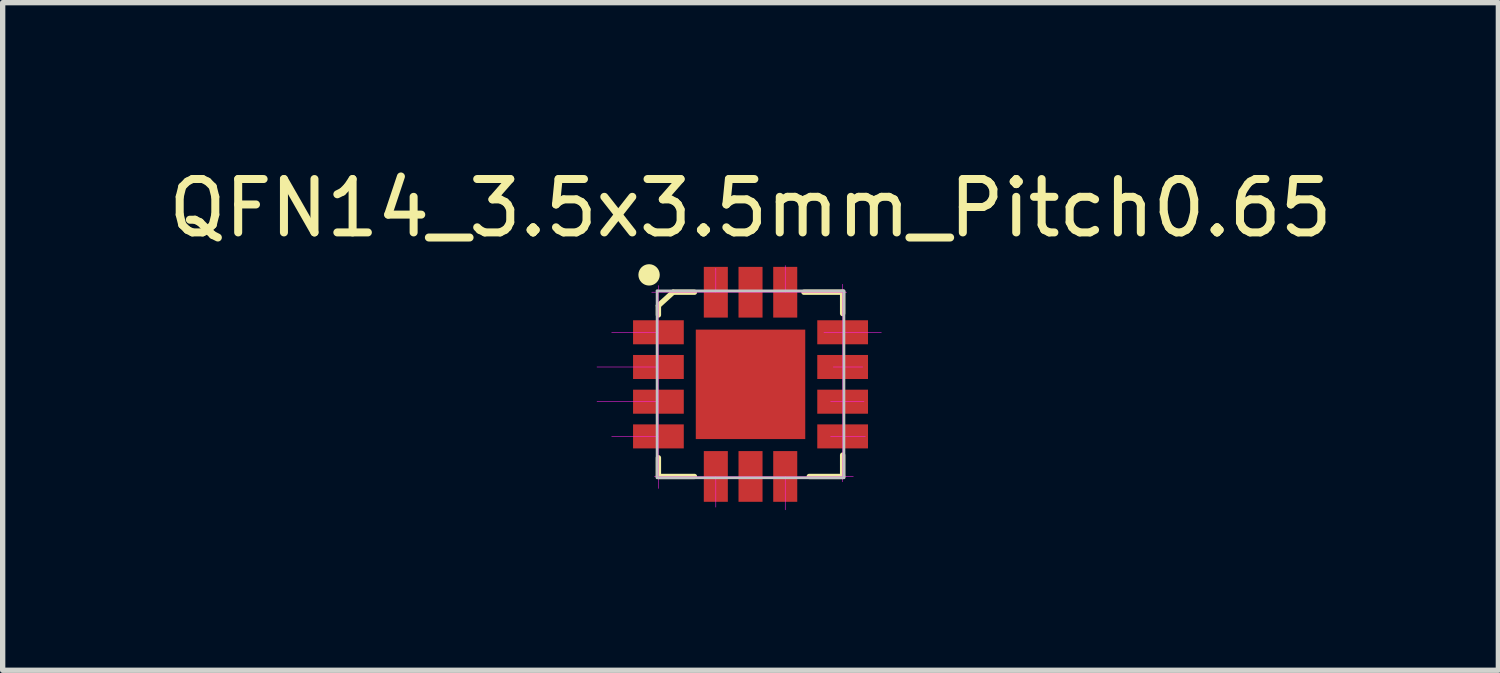
<source format=kicad_pcb>
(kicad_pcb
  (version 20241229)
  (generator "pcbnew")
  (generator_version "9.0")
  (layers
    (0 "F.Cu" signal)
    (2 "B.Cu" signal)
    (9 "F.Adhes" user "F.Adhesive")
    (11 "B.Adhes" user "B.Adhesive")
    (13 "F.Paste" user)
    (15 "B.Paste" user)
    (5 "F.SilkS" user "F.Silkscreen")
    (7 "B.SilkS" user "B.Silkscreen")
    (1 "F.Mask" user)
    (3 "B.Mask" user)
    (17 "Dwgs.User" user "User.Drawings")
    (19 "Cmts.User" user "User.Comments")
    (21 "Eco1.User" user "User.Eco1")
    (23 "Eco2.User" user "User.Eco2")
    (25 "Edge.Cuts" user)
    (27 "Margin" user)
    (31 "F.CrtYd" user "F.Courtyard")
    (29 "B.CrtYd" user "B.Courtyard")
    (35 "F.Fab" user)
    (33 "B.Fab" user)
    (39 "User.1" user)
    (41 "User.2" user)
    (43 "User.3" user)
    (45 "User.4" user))
  (footprint "QFN14_3.5x3.5mm_Pitch0.65"
    (layer "F.Cu")
    (at 11.006 4.148)
    (property "Reference" "QFN14_3.5x3.5mm_Pitch0.65" (at 0 -3.3 0) (layer "F.SilkS") (effects (font (size 1 1) (thickness 0.15))))
    (attr through_hole)
    (fp_line (start -1.725 -1.475) (end -1.45 -1.725) (stroke (width 0.1) (type solid)) (layer "F.SilkS"))
    (fp_line (start -1.725 -1.3) (end -1.725 -1.475) (stroke (width 0.1) (type solid)) (layer "F.SilkS"))
    (fp_line (start -1.725 1.375) (end -1.725 1.725) (stroke (width 0.1) (type solid)) (layer "F.SilkS"))
    (fp_line (start -1.725 1.725) (end -1.05 1.725) (stroke (width 0.1) (type solid)) (layer "F.SilkS"))
    (fp_line (start -1.45 -1.725) (end -1.05 -1.725) (stroke (width 0.1) (type solid)) (layer "F.SilkS"))
    (fp_line (start 1 -1.725) (end 1.725 -1.725) (stroke (width 0.1) (type solid)) (layer "F.SilkS"))
    (fp_line (start 1.1 1.725) (end 1.725 1.725) (stroke (width 0.1) (type solid)) (layer "F.SilkS"))
    (fp_line (start 1.725 -1.725) (end 1.725 -1.325) (stroke (width 0.1) (type solid)) (layer "F.SilkS"))
    (fp_line (start 1.725 1.725) (end 1.725 1.325) (stroke (width 0.1) (type solid)) (layer "F.SilkS"))
    (fp_circle (center -1.9 -2.05) (end -1.85 -2.05) (stroke (width 0.1) (type solid)) (fill no) (layer "F.SilkS"))
    (fp_circle (center -1.9 -2.05) (end -1.8 -2) (stroke (width 0.1) (type solid)) (fill no) (layer "F.SilkS"))
    (fp_circle (center -1.9 -2.05) (end -1.75 -2.05) (stroke (width 0.1) (type solid)) (fill no) (layer "F.SilkS"))
    (fp_line (start -1.75 -1.75) (end -1.75 1.75) (stroke (width 0.05) (type solid)) (layer "Dwgs.User"))
    (fp_line (start -1.75 1.75) (end 1.75 1.75) (stroke (width 0.05) (type solid)) (layer "Dwgs.User"))
    (fp_line (start 1.75 -1.75) (end -1.75 -1.75) (stroke (width 0.05) (type solid)) (layer "Dwgs.User"))
    (fp_line (start 1.75 1.75) (end 1.75 -1.75) (stroke (width 0.05) (type solid)) (layer "Dwgs.User"))
    (fp_line (start -1.85 -1.725) (end 1.8 -1.725) (stroke (width 0.01) (type solid)) (layer "F.CrtYd"))
    (fp_line (start -1.8 1.725) (end 1.925 1.725) (stroke (width 0.01) (type solid)) (layer "F.CrtYd"))
    (fp_line (start -1.725 -1.85) (end -1.725 1.95) (stroke (width 0.01) (type solid)) (layer "F.CrtYd"))
    (fp_line (start -1.725 -0.975) (end -2.6 -0.975) (stroke (width 0.01) (type solid)) (layer "F.CrtYd"))
    (fp_line (start -1.725 -0.325) (end -2.875 -0.325) (stroke (width 0.01) (type solid)) (layer "F.CrtYd"))
    (fp_line (start -1.725 0.325) (end -2.875 0.325) (stroke (width 0.01) (type solid)) (layer "F.CrtYd"))
    (fp_line (start -1.725 0.975) (end -2.6 0.975) (stroke (width 0.01) (type solid)) (layer "F.CrtYd"))
    (fp_line (start -0.65 -1.725) (end -0.65 -2.175) (stroke (width 0.01) (type solid)) (layer "F.CrtYd"))
    (fp_line (start -0.65 1.725) (end -0.65 2.3) (stroke (width 0.01) (type solid)) (layer "F.CrtYd"))
    (fp_line (start 0.65 -1.725) (end 0.65 -2.225) (stroke (width 0.01) (type solid)) (layer "F.CrtYd"))
    (fp_line (start 0.65 1.725) (end 0.65 2.35) (stroke (width 0.01) (type solid)) (layer "F.CrtYd"))
    (fp_line (start 1.375 -0.975) (end 2.45 -0.975) (stroke (width 0.01) (type solid)) (layer "F.CrtYd"))
    (fp_line (start 1.5 0.325) (end 2.125 0.325) (stroke (width 0.01) (type solid)) (layer "F.CrtYd"))
    (fp_line (start 1.5 0.975) (end 2.15 0.975) (stroke (width 0.01) (type solid)) (layer "F.CrtYd"))
    (fp_line (start 1.55 -0.325) (end 2.1 -0.325) (stroke (width 0.01) (type solid)) (layer "F.CrtYd"))
    (fp_line (start 1.725 -1.875) (end 1.725 1.825) (stroke (width 0.01) (type solid)) (layer "F.CrtYd"))
    (pad "1" smd rect (at -1.725 -0.975) (size 0.95 0.45) (layers "F.Cu" "F.Mask" "F.Paste"))
    (pad "2" smd rect (at -1.725 -0.325) (size 0.95 0.45) (layers "F.Cu" "F.Mask" "F.Paste"))
    (pad "3" smd rect (at -1.725 0.325) (size 0.95 0.45) (layers "F.Cu" "F.Mask" "F.Paste"))
    (pad "4" smd rect (at -1.725 0.975) (size 0.95 0.45) (layers "F.Cu" "F.Mask" "F.Paste"))
    (pad "5" smd rect (at -0.65 1.725) (size 0.45 0.95) (layers "F.Cu" "F.Mask" "F.Paste"))
    (pad "6" smd rect (at 0 1.725) (size 0.45 0.95) (layers "F.Cu" "F.Mask" "F.Paste"))
    (pad "7" smd rect (at 0.65 1.725) (size 0.45 0.95) (layers "F.Cu" "F.Mask" "F.Paste"))
    (pad "8" smd rect (at 1.725 0.975) (size 0.95 0.45) (layers "F.Cu" "F.Mask" "F.Paste"))
    (pad "9" smd rect (at 1.725 0.325) (size 0.95 0.45) (layers "F.Cu" "F.Mask" "F.Paste"))
    (pad "10" smd rect (at 1.725 -0.325) (size 0.95 0.45) (layers "F.Cu" "F.Mask" "F.Paste"))
    (pad "11" smd rect (at 1.725 -0.975) (size 0.95 0.45) (layers "F.Cu" "F.Mask" "F.Paste"))
    (pad "12" smd rect (at 0.65 -1.725) (size 0.45 0.95) (layers "F.Cu" "F.Mask" "F.Paste"))
    (pad "13" smd rect (at 0 -1.725) (size 0.45 0.95) (layers "F.Cu" "F.Mask" "F.Paste"))
    (pad "14" smd rect (at -0.65 -1.725) (size 0.45 0.95) (layers "F.Cu" "F.Mask" "F.Paste"))
    (pad "15" smd rect (at 0 0) (size 2.05 2.05) (layers "F.Cu" "F.Mask" "F.Paste")))
  (gr_rect
    (start -3 -3)
    (end 25.012 9.503)
    (stroke (width 0.1) (type default))
    (fill no)
    (layer "Edge.Cuts")))
</source>
